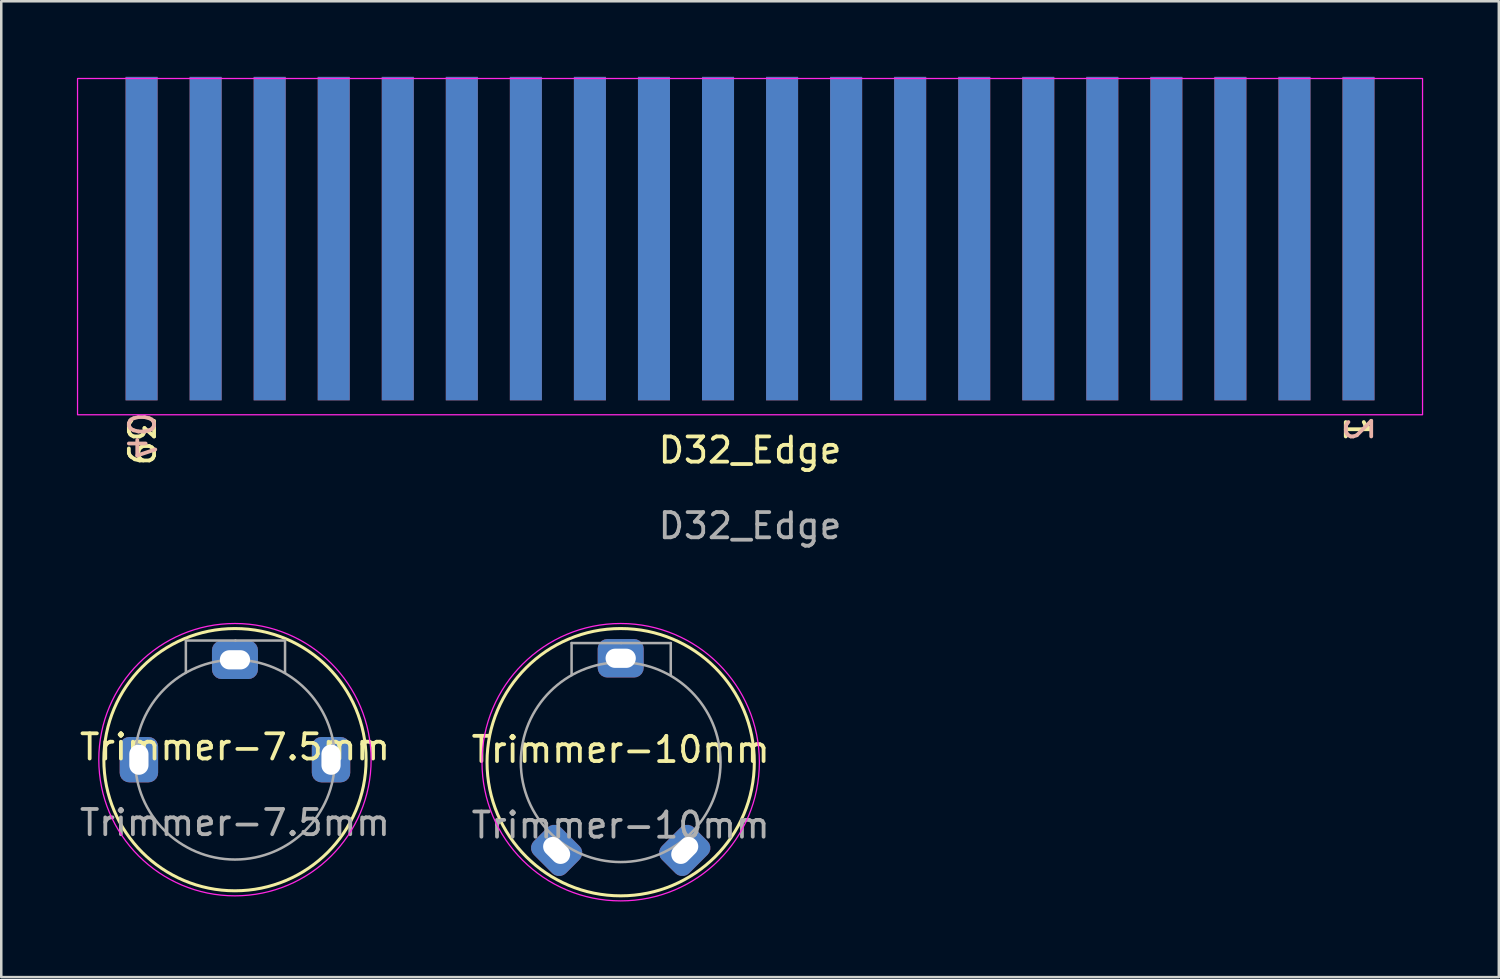
<source format=kicad_pcb>
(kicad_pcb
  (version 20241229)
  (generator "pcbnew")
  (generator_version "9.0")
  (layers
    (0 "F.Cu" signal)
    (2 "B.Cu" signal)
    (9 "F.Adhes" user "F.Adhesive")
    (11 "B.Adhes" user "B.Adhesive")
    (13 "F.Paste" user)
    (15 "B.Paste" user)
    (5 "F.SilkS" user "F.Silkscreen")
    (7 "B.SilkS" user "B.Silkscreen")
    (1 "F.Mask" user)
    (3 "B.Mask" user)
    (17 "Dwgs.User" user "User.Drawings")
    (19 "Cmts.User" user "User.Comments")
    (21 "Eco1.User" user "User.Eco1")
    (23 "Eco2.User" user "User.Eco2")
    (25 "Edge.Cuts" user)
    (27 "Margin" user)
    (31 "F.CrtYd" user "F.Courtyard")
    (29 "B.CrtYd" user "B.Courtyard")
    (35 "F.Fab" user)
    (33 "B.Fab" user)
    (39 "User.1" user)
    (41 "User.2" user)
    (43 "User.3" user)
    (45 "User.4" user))
  (footprint "Trimmer-7.5mm"
    (layer "F.Cu")
    (at 6.268 27.077)
    (property "Reference" "Trimmer-7.5mm" (at 0 -0.5 0) (unlocked yes) (layer "F.SilkS") (effects (font (size 1 1) (thickness 0.15))))
    (attr through_hole)
    (fp_circle (center 0 0) (end 5.2 0) (stroke (width 0.12) (type solid)) (fill no) (layer "F.SilkS"))
    (fp_circle (center 0 0) (end 5.4 0) (stroke (width 0.05) (type solid)) (fill no) (layer "F.CrtYd"))
    (fp_line (start -1.947 -4.725) (end 0.019 -4.725) (stroke (width 0.1) (type solid)) (layer "F.Fab"))
    (fp_line (start -1.947 -3.452) (end -1.947 -4.725) (stroke (width 0.1) (type solid)) (layer "F.Fab"))
    (fp_line (start 1.986 -4.725) (end 0.019 -4.725) (stroke (width 0.1) (type solid)) (layer "F.Fab"))
    (fp_line (start 1.986 -3.452) (end 1.986 -4.725) (stroke (width 0.1) (type solid)) (layer "F.Fab"))
    (fp_circle (center 0 0) (end 3.96 0) (stroke (width 0.1) (type solid)) (fill no) (layer "F.Fab"))
    (fp_text user "${REFERENCE}" (at 0 2.5 0) (unlocked yes) (layer "F.Fab") (effects (font (size 1 1) (thickness 0.15))))
    (pad "1" thru_hole roundrect (at -3.81 0) (size 1.524 1.8) (drill oval 0.762 1.2) (layers "*.Cu" "*.Mask") (roundrect_rratio 0.25))
    (pad "2" thru_hole roundrect (at 0 -3.96) (size 1.824 1.524) (drill oval 1.2 0.762) (layers "*.Cu" "*.Mask") (roundrect_rratio 0.25))
    (pad "3" thru_hole roundrect (at 3.81 0) (size 1.524 1.8) (drill oval 0.762 1.2) (layers "*.Cu" "*.Mask") (roundrect_rratio 0.25)))
  (footprint "Trimmer-10mm"
    (layer "F.Cu")
    (at 21.565 27.177)
    (property "Reference" "Trimmer-10mm" (at 0 -0.5 0) (unlocked yes) (layer "F.SilkS") (effects (font (size 1 1) (thickness 0.15))))
    (attr through_hole)
    (fp_circle (center 0 0) (end 5.3 0) (stroke (width 0.12) (type solid)) (fill no) (layer "F.SilkS"))
    (fp_circle (center 0 0) (end 5.5 0) (stroke (width 0.05) (type solid)) (fill no) (layer "F.CrtYd"))
    (fp_line (start -1.947 -4.725) (end 0.019 -4.725) (stroke (width 0.1) (type solid)) (layer "F.Fab"))
    (fp_line (start -1.947 -3.452) (end -1.947 -4.725) (stroke (width 0.1) (type solid)) (layer "F.Fab"))
    (fp_line (start 1.986 -4.725) (end 0.019 -4.725) (stroke (width 0.1) (type solid)) (layer "F.Fab"))
    (fp_line (start 1.986 -3.452) (end 1.986 -4.725) (stroke (width 0.1) (type solid)) (layer "F.Fab"))
    (fp_circle (center 0 0) (end 3.96 0) (stroke (width 0.1) (type solid)) (fill no) (layer "F.Fab"))
    (fp_text user "${REFERENCE}" (at 0 2.5 0) (unlocked yes) (layer "F.Fab") (effects (font (size 1 1) (thickness 0.15))))
    (pad "1" thru_hole roundrect (at -2.54 3.499 45) (size 1.524 1.8) (drill oval 0.762 1.2) (layers "*.Cu" "*.Mask") (roundrect_rratio 0.25))
    (pad "2" thru_hole roundrect (at 0 -4.121) (size 1.824 1.524) (drill oval 1.2 0.762) (layers "*.Cu" "*.Mask") (roundrect_rratio 0.25))
    (pad "3" thru_hole roundrect (at 2.54 3.499 315) (size 1.524 1.8) (drill oval 0.762 1.2) (layers "*.Cu" "*.Mask") (roundrect_rratio 0.25)))
  (footprint "D32_Edge"
    (layer "F.Cu")
    (at 26.695 15.303)
    (property "Reference" "D32_Edge" (at 0 -0.5 0) (unlocked yes) (layer "F.SilkS") (effects (font (size 1 1) (thickness 0.15))))
    (fp_rect (start -26.67 -15.24) (end 26.67 -1.905) (stroke (width 0.05) (type default)) (fill no) (layer "F.CrtYd"))
    (fp_text user "39" (at -24.765 -1.905 270) (unlocked yes) (layer "F.SilkS") (effects (font (size 1 1) (thickness 0.15)) (justify left bottom)))
    (fp_text user "1" (at 23.495 -1.905 270) (unlocked yes) (layer "F.SilkS") (effects (font (size 1 1) (thickness 0.15)) (justify left bottom)))
    (fp_text user "2" (at 24.765 -1.905 90) (unlocked yes) (layer "B.SilkS") (effects (font (size 1 1) (thickness 0.15)) (justify left bottom mirror)))
    (fp_text user "40" (at -24.765 0 270) (unlocked yes) (layer "B.SilkS") (effects (font (size 1 1) (thickness 0.15)) (justify left bottom mirror)))
    (fp_text user "${REFERENCE}" (at 0 2.5 0) (unlocked yes) (layer "F.Fab") (effects (font (size 1 1) (thickness 0.15))))
    (pad "1" connect rect (at 24.13 -8.89) (size 1.27 12.827) (layers "F.Cu" "F.Mask"))
    (pad "2" connect rect (at 24.13 -8.89) (size 1.27 12.827) (layers "B.Cu" "B.Mask"))
    (pad "3" connect rect (at 21.59 -8.89) (size 1.27 12.827) (layers "F.Cu" "F.Mask"))
    (pad "4" connect rect (at 21.59 -8.89) (size 1.27 12.827) (layers "B.Cu" "B.Mask"))
    (pad "5" connect rect (at 19.05 -8.89) (size 1.27 12.827) (layers "F.Cu" "F.Mask"))
    (pad "6" connect rect (at 19.05 -8.89) (size 1.27 12.827) (layers "B.Cu" "B.Mask"))
    (pad "7" connect rect (at 16.51 -8.89) (size 1.27 12.827) (layers "F.Cu" "F.Mask"))
    (pad "8" connect rect (at 16.51 -8.89) (size 1.27 12.827) (layers "B.Cu" "B.Mask"))
    (pad "9" connect rect (at 13.97 -8.89) (size 1.27 12.827) (layers "F.Cu" "F.Mask"))
    (pad "10" connect rect (at 13.97 -8.89) (size 1.27 12.827) (layers "B.Cu" "B.Mask"))
    (pad "11" connect rect (at 11.43 -8.89) (size 1.27 12.827) (layers "F.Cu" "F.Mask"))
    (pad "12" connect rect (at 11.43 -8.89) (size 1.27 12.827) (layers "B.Cu" "B.Mask"))
    (pad "13" connect rect (at 8.89 -8.89) (size 1.27 12.827) (layers "F.Cu" "F.Mask"))
    (pad "14" connect rect (at 8.89 -8.89) (size 1.27 12.827) (layers "B.Cu" "B.Mask"))
    (pad "15" connect rect (at 6.35 -8.89) (size 1.27 12.827) (layers "F.Cu" "F.Mask"))
    (pad "16" connect rect (at 6.35 -8.89) (size 1.27 12.827) (layers "B.Cu" "B.Mask"))
    (pad "17" connect rect (at 3.81 -8.89) (size 1.27 12.827) (layers "F.Cu" "F.Mask"))
    (pad "18" connect rect (at 3.81 -8.89) (size 1.27 12.827) (layers "B.Cu" "B.Mask"))
    (pad "19" connect rect (at 1.27 -8.89) (size 1.27 12.827) (layers "F.Cu" "F.Mask"))
    (pad "20" connect rect (at 1.27 -8.89) (size 1.27 12.827) (layers "B.Cu" "B.Mask"))
    (pad "21" connect rect (at -1.27 -8.89) (size 1.27 12.827) (layers "F.Cu" "F.Mask"))
    (pad "22" connect rect (at -1.27 -8.89) (size 1.27 12.827) (layers "B.Cu" "B.Mask"))
    (pad "23" connect rect (at -3.81 -8.89) (size 1.27 12.827) (layers "F.Cu" "F.Mask"))
    (pad "24" connect rect (at -3.81 -8.89) (size 1.27 12.827) (layers "B.Cu" "B.Mask"))
    (pad "25" connect rect (at -6.35 -8.89) (size 1.27 12.827) (layers "F.Cu" "F.Mask"))
    (pad "26" connect rect (at -6.35 -8.89) (size 1.27 12.827) (layers "B.Cu" "B.Mask"))
    (pad "27" connect rect (at -8.89 -8.89) (size 1.27 12.827) (layers "F.Cu" "F.Mask"))
    (pad "28" connect rect (at -8.89 -8.89) (size 1.27 12.827) (layers "B.Cu" "B.Mask"))
    (pad "29" connect rect (at -11.43 -8.89) (size 1.27 12.827) (layers "F.Cu" "F.Mask"))
    (pad "30" connect rect (at -11.43 -8.89) (size 1.27 12.827) (layers "B.Cu" "B.Mask"))
    (pad "31" connect rect (at -13.97 -8.89) (size 1.27 12.827) (layers "F.Cu" "F.Mask"))
    (pad "32" connect rect (at -13.97 -8.89) (size 1.27 12.827) (layers "B.Cu" "B.Mask"))
    (pad "33" connect rect (at -16.51 -8.89) (size 1.27 12.827) (layers "F.Cu" "F.Mask"))
    (pad "34" connect rect (at -16.51 -8.89) (size 1.27 12.827) (layers "B.Cu" "B.Mask"))
    (pad "35" connect rect (at -19.05 -8.89) (size 1.27 12.827) (layers "F.Cu" "F.Mask"))
    (pad "36" connect rect (at -19.05 -8.89) (size 1.27 12.827) (layers "B.Cu" "B.Mask"))
    (pad "37" connect rect (at -21.59 -8.89) (size 1.27 12.827) (layers "F.Cu" "F.Mask"))
    (pad "38" connect rect (at -21.59 -8.89) (size 1.27 12.827) (layers "B.Cu" "B.Mask"))
    (pad "39" connect rect (at -24.13 -8.89) (size 1.27 12.827) (layers "F.Cu" "F.Mask"))
    (pad "40" connect rect (at -24.13 -8.89) (size 1.27 12.827) (layers "B.Cu" "B.Mask")))
  (gr_rect
    (start -3 -3)
    (end 56.39 35.702)
    (stroke (width 0.1) (type default))
    (fill no)
    (layer "Edge.Cuts")))
</source>
